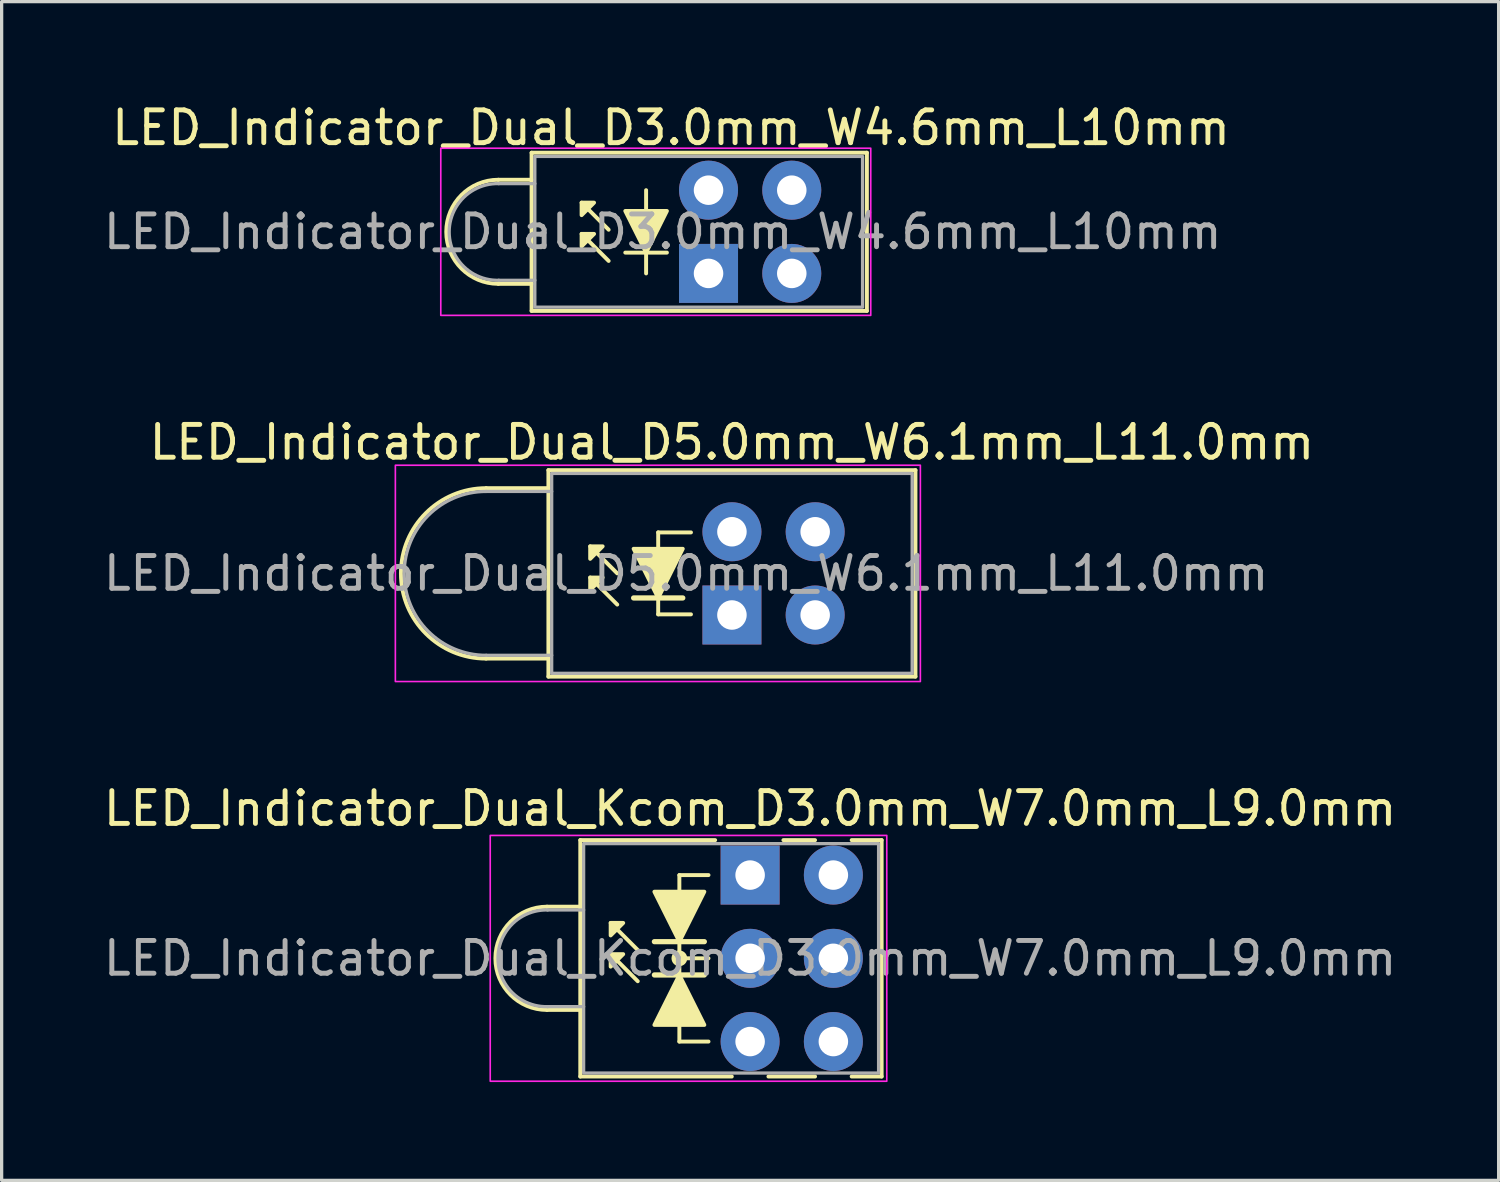
<source format=kicad_pcb>
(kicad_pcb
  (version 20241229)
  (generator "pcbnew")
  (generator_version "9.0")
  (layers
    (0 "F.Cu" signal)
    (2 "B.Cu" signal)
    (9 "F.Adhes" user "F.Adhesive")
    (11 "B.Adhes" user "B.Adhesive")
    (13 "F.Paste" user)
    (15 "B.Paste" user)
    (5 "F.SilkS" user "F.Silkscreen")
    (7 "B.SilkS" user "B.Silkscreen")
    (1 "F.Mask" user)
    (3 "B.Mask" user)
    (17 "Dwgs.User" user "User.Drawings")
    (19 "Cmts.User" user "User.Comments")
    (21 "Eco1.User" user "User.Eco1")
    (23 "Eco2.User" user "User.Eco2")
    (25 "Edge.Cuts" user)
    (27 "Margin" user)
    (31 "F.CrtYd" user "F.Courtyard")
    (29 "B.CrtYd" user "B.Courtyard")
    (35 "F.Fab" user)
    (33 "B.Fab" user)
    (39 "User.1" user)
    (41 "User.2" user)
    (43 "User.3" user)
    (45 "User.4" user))
  (footprint "LED_Indicator_Dual_D5.0mm_W6.1mm_L11.0mm"
    (layer "F.Cu")
    (at 19.284 15.716)
    (property "Reference" "LED_Indicator_Dual_D5.0mm_W6.1mm_L11.0mm" (at 0 -5.27 0) (layer "F.SilkS") (effects (font (size 1 1) (thickness 0.15))))
    (fp_line (start -7.5 -3.87) (end -5.6 -3.87) (stroke (width 0.12) (type default)) (layer "F.SilkS"))
    (fp_line (start -5.6 -4.42) (end 5.6 -4.42) (stroke (width 0.12) (type default)) (layer "F.SilkS"))
    (fp_line (start -5.6 -3.87) (end -5.6 -4.42) (stroke (width 0.12) (type default)) (layer "F.SilkS"))
    (fp_line (start -5.6 1.33) (end -7.5 1.33) (stroke (width 0.12) (type default)) (layer "F.SilkS"))
    (fp_line (start -5.6 1.33) (end -5.6 -3.87) (stroke (width 0.12) (type default)) (layer "F.SilkS"))
    (fp_line (start -5.6 1.88) (end -5.6 1.33) (stroke (width 0.12) (type default)) (layer "F.SilkS"))
    (fp_line (start -3.5 -1.27) (end -4.325 -2.095) (stroke (width 0.12) (type solid)) (layer "F.SilkS"))
    (fp_line (start -3.5 -0.318) (end -4.325 -1.143) (stroke (width 0.12) (type solid)) (layer "F.SilkS"))
    (fp_line (start -2.25 -2.52) (end -2.25 -0.02) (stroke (width 0.12) (type default)) (layer "F.SilkS"))
    (fp_line (start -2.25 -0.02) (end -1.25 -0.02) (stroke (width 0.12) (type default)) (layer "F.SilkS"))
    (fp_line (start -1.5 -0.52) (end -3 -0.52) (stroke (width 0.16) (type default)) (layer "F.SilkS"))
    (fp_line (start -1.25 -2.52) (end -2.25 -2.52) (stroke (width 0.12) (type default)) (layer "F.SilkS"))
    (fp_line (start 5.6 -4.42) (end 5.6 1.88) (stroke (width 0.12) (type default)) (layer "F.SilkS"))
    (fp_line (start 5.6 1.88) (end -5.6 1.88) (stroke (width 0.12) (type default)) (layer "F.SilkS"))
    (fp_arc (start -7.5 1.33) (mid -10.1 -1.27) (end -7.5 -3.87) (stroke (width 0.12) (type default)) (layer "F.SilkS"))
    (fp_poly (pts (xy -3.945 -2.095) (xy -4.325 -1.714) (xy -4.325 -2.095)) (stroke (width 0.12) (type solid)) (fill yes) (layer "F.SilkS"))
    (fp_poly (pts (xy -3.945 -1.143) (xy -4.325 -0.762) (xy -4.325 -1.143)) (stroke (width 0.12) (type solid)) (fill yes) (layer "F.SilkS"))
    (fp_poly (pts (xy -2.25 -0.52) (xy -3 -2.02) (xy -1.5 -2.02)) (stroke (width 0.12) (type solid)) (fill yes) (layer "F.SilkS"))
    (fp_rect (start -10.27 -4.57) (end 5.75 2.03) (stroke (width 0.05) (type default)) (fill no) (layer "F.CrtYd"))
    (fp_line (start -7.5 -3.77) (end -5.5 -3.77) (stroke (width 0.1) (type default)) (layer "F.Fab"))
    (fp_line (start -7.5 1.23) (end -5.5 1.23) (stroke (width 0.1) (type default)) (layer "F.Fab"))
    (fp_rect (start -5.5 -4.32) (end 5.5 1.78) (stroke (width 0.1) (type default)) (fill no) (layer "F.Fab"))
    (fp_arc (start -7.5 1.23) (mid -10 -1.27) (end -7.5 -3.77) (stroke (width 0.1) (type default)) (layer "F.Fab"))
    (fp_text user "${REFERENCE}" (at -1.397 -1.27 0) (layer "F.Fab") (effects (font (size 1 1) (thickness 0.15))))
    (pad "1" thru_hole rect (at 0 0) (size 1.8 1.8) (drill 0.9) (layers "*.Cu" "*.Mask"))
    (pad "2" thru_hole circle (at 2.54 0) (size 1.8 1.8) (drill 0.9) (layers "*.Cu" "*.Mask"))
    (pad "3" thru_hole oval (at 2.54 -2.54) (size 1.8 1.8) (drill 0.9) (layers "*.Cu" "*.Mask"))
    (pad "4" thru_hole oval (at 0 -2.54) (size 1.8 1.8) (drill 0.9) (layers "*.Cu" "*.Mask")))
  (footprint "LED_Indicator_Dual_D3.0mm_W4.6mm_L10mm"
    (layer "F.Cu")
    (at 18.57 5.293)
    (property "Reference" "LED_Indicator_Dual_D3.0mm_W4.6mm_L10mm" (at -1.143 -4.445 0) (layer "F.SilkS") (effects (font (size 1 1) (thickness 0.15))))
    (fp_line (start -5.399 -3.683) (end -5.399 1.143) (stroke (width 0.12) (type default)) (layer "F.SilkS"))
    (fp_line (start -5.399 -2.857) (end -6.415 -2.857) (stroke (width 0.12) (type default)) (layer "F.SilkS"))
    (fp_line (start -5.399 0.318) (end -6.415 0.318) (stroke (width 0.12) (type default)) (layer "F.SilkS"))
    (fp_line (start -5.399 1.143) (end 4.832 1.143) (stroke (width 0.12) (type default)) (layer "F.SilkS"))
    (fp_line (start -3.048 -1.333) (end -3.873 -2.159) (stroke (width 0.12) (type solid)) (layer "F.SilkS"))
    (fp_line (start -3.048 -0.381) (end -3.873 -1.206) (stroke (width 0.12) (type solid)) (layer "F.SilkS"))
    (fp_line (start -2.54 -0.635) (end -1.27 -0.635) (stroke (width 0.12) (type solid)) (layer "F.SilkS"))
    (fp_line (start -1.905 -2.54) (end -1.905 -1.905) (stroke (width 0.12) (type solid)) (layer "F.SilkS"))
    (fp_line (start -1.905 -0.635) (end -1.905 0) (stroke (width 0.12) (type solid)) (layer "F.SilkS"))
    (fp_line (start 4.832 -3.683) (end -5.399 -3.683) (stroke (width 0.12) (type default)) (layer "F.SilkS"))
    (fp_line (start 4.832 1.143) (end 4.832 -3.683) (stroke (width 0.12) (type default)) (layer "F.SilkS"))
    (fp_arc (start -6.415 0.3175) (mid -8.0025 -1.27) (end -6.415 -2.8575) (stroke (width 0.12) (type default)) (layer "F.SilkS"))
    (fp_poly (pts (xy -3.493 -2.159) (xy -3.873 -1.778) (xy -3.873 -2.159)) (stroke (width 0.12) (type solid)) (fill yes) (layer "F.SilkS"))
    (fp_poly (pts (xy -3.493 -1.206) (xy -3.873 -0.826) (xy -3.873 -1.206)) (stroke (width 0.12) (type solid)) (fill yes) (layer "F.SilkS"))
    (fp_poly (pts (xy -1.27 -1.905) (xy -1.905 -0.635) (xy -2.54 -1.905)) (stroke (width 0.12) (type solid)) (fill yes) (layer "F.SilkS"))
    (fp_rect (start -8.17 -3.82) (end 4.95 1.28) (stroke (width 0.05) (type default)) (fill no) (layer "F.CrtYd"))
    (fp_line (start -5.3 -2.74) (end -6.4 -2.74) (stroke (width 0.1) (type default)) (layer "F.Fab"))
    (fp_line (start -5.3 0.21) (end -6.4 0.21) (stroke (width 0.1) (type default)) (layer "F.Fab"))
    (fp_rect (start -5.3 -3.57) (end 4.7 1.03) (stroke (width 0.1) (type default)) (fill no) (layer "F.Fab"))
    (fp_arc (start -6.4 0.21) (mid -7.915305 -1.265) (end -6.4 -2.74) (stroke (width 0.1) (type default)) (layer "F.Fab"))
    (fp_text user "${REFERENCE}" (at -1.397 -1.27 0) (layer "F.Fab") (effects (font (size 1 1) (thickness 0.15))))
    (pad "1" thru_hole rect (at 0 0) (size 1.8 1.8) (drill 0.9) (layers "*.Cu" "*.Mask"))
    (pad "2" thru_hole circle (at 2.54 0) (size 1.8 1.8) (drill 0.9) (layers "*.Cu" "*.Mask"))
    (pad "3" thru_hole oval (at 2.54 -2.54) (size 1.8 1.8) (drill 0.9) (layers "*.Cu" "*.Mask"))
    (pad "4" thru_hole oval (at 0 -2.54) (size 1.8 1.8) (drill 0.9) (layers "*.Cu" "*.Mask")))
  (footprint "LED_Indicator_Dual_Kcom_D3.0mm_W7.0mm_L9.0mm"
    (layer "F.Cu")
    (at 19.839 23.652)
    (property "Reference" "LED_Indicator_Dual_Kcom_D3.0mm_W7.0mm_L9.0mm" (at 0 -2.032 0) (layer "F.SilkS") (effects (font (size 1 1) (thickness 0.15))))
    (fp_line (start -5.182 -1.067) (end -5.182 0.965) (stroke (width 0.12) (type default)) (layer "F.SilkS"))
    (fp_line (start -5.182 -1.067) (end -1.067 -1.067) (stroke (width 0.12) (type default)) (layer "F.SilkS"))
    (fp_line (start -5.182 0.965) (end -6.198 0.965) (stroke (width 0.12) (type default)) (layer "F.SilkS"))
    (fp_line (start -5.182 4.115) (end -6.198 4.115) (stroke (width 0.12) (type default)) (layer "F.SilkS"))
    (fp_line (start -5.182 4.115) (end -5.182 0.965) (stroke (width 0.12) (type default)) (layer "F.SilkS"))
    (fp_line (start -5.182 6.147) (end -5.182 4.115) (stroke (width 0.12) (type default)) (layer "F.SilkS"))
    (fp_line (start -3.429 2.286) (end -4.255 1.46) (stroke (width 0.12) (type solid)) (layer "F.SilkS"))
    (fp_line (start -3.429 3.239) (end -4.255 2.413) (stroke (width 0.12) (type solid)) (layer "F.SilkS"))
    (fp_line (start -2.159 0) (end -2.159 0.508) (stroke (width 0.12) (type default)) (layer "F.SilkS"))
    (fp_line (start -2.159 2.032) (end -2.921 2.032) (stroke (width 0.16) (type default)) (layer "F.SilkS"))
    (fp_line (start -2.159 2.032) (end -2.159 2.54) (stroke (width 0.12) (type default)) (layer "F.SilkS"))
    (fp_line (start -2.159 2.032) (end -1.397 2.032) (stroke (width 0.16) (type default)) (layer "F.SilkS"))
    (fp_line (start -2.159 2.54) (end -1.27 2.54) (stroke (width 0.12) (type default)) (layer "F.SilkS"))
    (fp_line (start -2.159 3.048) (end -2.921 3.048) (stroke (width 0.16) (type default)) (layer "F.SilkS"))
    (fp_line (start -2.159 3.048) (end -2.159 2.54) (stroke (width 0.12) (type default)) (layer "F.SilkS"))
    (fp_line (start -2.159 3.048) (end -1.397 3.048) (stroke (width 0.16) (type default)) (layer "F.SilkS"))
    (fp_line (start -2.159 5.08) (end -2.159 4.572) (stroke (width 0.12) (type default)) (layer "F.SilkS"))
    (fp_line (start -2.159 5.08) (end -1.27 5.08) (stroke (width 0.12) (type default)) (layer "F.SilkS"))
    (fp_line (start -1.27 0) (end -2.159 0) (stroke (width 0.12) (type default)) (layer "F.SilkS"))
    (fp_line (start -0.559 6.147) (end -5.182 6.147) (stroke (width 0.12) (type default)) (layer "F.SilkS"))
    (fp_line (start 1.016 -1.067) (end 1.981 -1.067) (stroke (width 0.12) (type default)) (layer "F.SilkS"))
    (fp_line (start 1.981 6.147) (end 0.559 6.147) (stroke (width 0.12) (type default)) (layer "F.SilkS"))
    (fp_line (start 3.099 -1.067) (end 4.013 -1.067) (stroke (width 0.12) (type default)) (layer "F.SilkS"))
    (fp_line (start 4.013 -1.067) (end 4.013 6.147) (stroke (width 0.12) (type default)) (layer "F.SilkS"))
    (fp_line (start 4.013 6.147) (end 3.099 6.147) (stroke (width 0.12) (type default)) (layer "F.SilkS"))
    (fp_arc (start -6.1976 4.1148) (mid -7.7724 2.54) (end -6.1976 0.9652) (stroke (width 0.12) (type default)) (layer "F.SilkS"))
    (fp_circle (center -2.159 2.54) (end -2.032 2.413) (stroke (width 0.12) (type default)) (fill yes) (layer "F.SilkS"))
    (fp_poly (pts (xy -3.873 1.46) (xy -4.255 1.841) (xy -4.255 1.46)) (stroke (width 0.12) (type solid)) (fill yes) (layer "F.SilkS"))
    (fp_poly (pts (xy -3.873 2.413) (xy -4.255 2.794) (xy -4.255 2.413)) (stroke (width 0.12) (type solid)) (fill yes) (layer "F.SilkS"))
    (fp_poly (pts (xy -2.159 2.032) (xy -2.921 0.508) (xy -1.397 0.508)) (stroke (width 0.12) (type solid)) (fill yes) (layer "F.SilkS"))
    (fp_poly (pts (xy -2.159 3.048) (xy -1.397 4.572) (xy -2.921 4.572)) (stroke (width 0.12) (type solid)) (fill yes) (layer "F.SilkS"))
    (fp_rect (start -7.93 -1.21) (end 4.17 6.29) (stroke (width 0.05) (type default)) (fill no) (layer "F.CrtYd"))
    (fp_line (start -5.08 1.065) (end -6.18 1.065) (stroke (width 0.1) (type default)) (layer "F.Fab"))
    (fp_line (start -5.08 4.015) (end -6.18 4.015) (stroke (width 0.1) (type default)) (layer "F.Fab"))
    (fp_rect (start -5.08 -0.96) (end 3.92 6.04) (stroke (width 0.1) (type default)) (fill no) (layer "F.Fab"))
    (fp_arc (start -6.18 4.015) (mid -7.695305 2.54) (end -6.18 1.065) (stroke (width 0.1) (type default)) (layer "F.Fab"))
    (fp_text user "${REFERENCE}" (at 0 2.54 0) (layer "F.Fab") (effects (font (size 1 1) (thickness 0.15))))
    (pad "1" thru_hole rect (at 0 0) (size 1.8 1.8) (drill 0.9) (layers "*.Cu" "*.Mask"))
    (pad "2" thru_hole circle (at 0 2.54) (size 1.8 1.8) (drill 0.9) (layers "*.Cu" "*.Mask"))
    (pad "3" thru_hole circle (at 0 5.08) (size 1.8 1.8) (drill 0.9) (layers "*.Cu" "*.Mask"))
    (pad "4" thru_hole circle (at 2.54 5.08) (size 1.8 1.8) (drill 0.9) (layers "*.Cu" "*.Mask"))
    (pad "5" thru_hole circle (at 2.54 2.54) (size 1.8 1.8) (drill 0.9) (layers "*.Cu" "*.Mask"))
    (pad "6" thru_hole circle (at 2.54 0) (size 1.8 1.8) (drill 0.9) (layers "*.Cu" "*.Mask")))
  (gr_rect
    (start -3 -3)
    (end 42.679 32.967)
    (stroke (width 0.1) (type default))
    (fill no)
    (layer "Edge.Cuts")))
</source>
